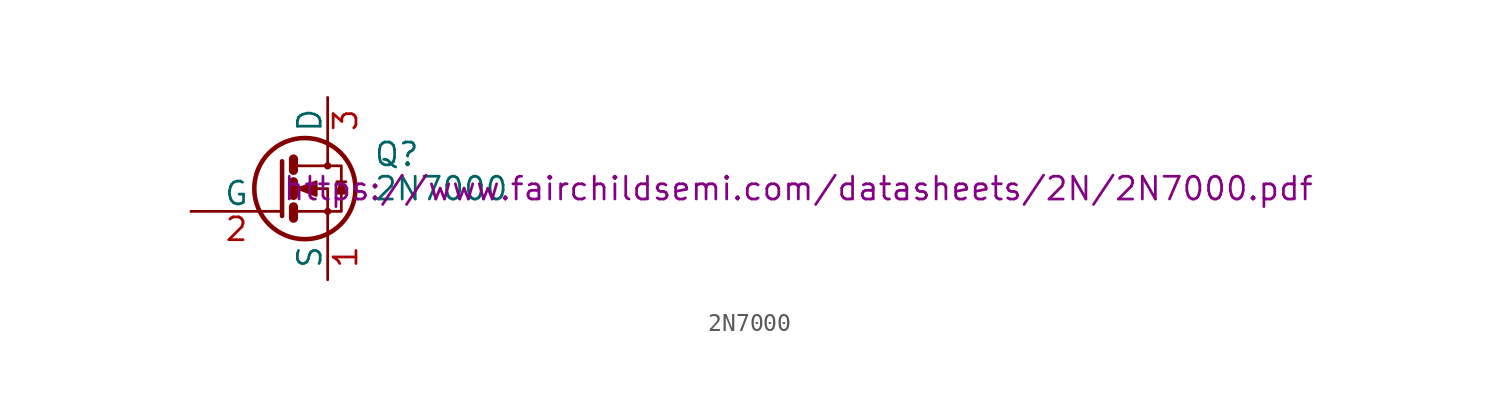
<source format=kicad_sym>
(kicad_symbol_lib
  (version 20231120)
  (generator "kicad_symbol_editor")
  (generator_version "8.0")
  (symbol "2N7000"
    (pin_names
      (offset 0))
    (property "Reference" "Q"
      (at 5.08 1.905 0)
      (effects (font (size 1.27 1.27)) (justify left)))
    (property "Value" "2N7000"
      (at 5.08 0 0)
      (effects (font (size 1.27 1.27)) (justify left)))
    (property "Datasheet" "https://www.fairchildsemi.com/datasheets/2N/2N7000.pdf"
      (at 0 0 0)
      (effects (font (size 1.27 1.27)) (justify left)))
    (symbol "2N7000_0_1"
      (polyline (pts (xy 0.635 -1.016) (xy 0.635 -1.651)) (stroke (width 0.508) (type solid)) (fill (type none)))
      (polyline (pts (xy 0.635 0.381) (xy 0.635 -0.381)) (stroke (width 0.508) (type solid)) (fill (type none)))
      (polyline (pts (xy 0.635 1.651) (xy 0.635 1.016)) (stroke (width 0.508) (type solid)) (fill (type none)))
      (polyline (pts (xy 3.048 0.381) (xy 3.556 0.381)) (stroke (width 0) (type solid)) (fill (type none)))
      (polyline (pts (xy 0 1.524) (xy 0 -1.524) (xy 0 -1.524)) (stroke (width 0.254) (type solid)) (fill (type none)))
      (polyline (pts (xy 0.762 -1.27) (xy 2.54 -1.27) (xy 2.54 -2.54) (xy 2.54 -2.54)) (stroke (width 0) (type solid)) (fill (type none)))
      (polyline (pts (xy 0.762 1.27) (xy 2.54 1.27) (xy 2.54 2.54) (xy 2.54 2.54)) (stroke (width 0) (type solid)) (fill (type none)))
      (polyline (pts (xy 2.54 1.27) (xy 3.302 1.27) (xy 3.302 -1.27) (xy 2.54 -1.27)) (stroke (width 0) (type solid)) (fill (type none)))
      (polyline (pts (xy 3.302 0.381) (xy 3.048 -0.254) (xy 3.556 -0.254) (xy 3.302 0.381)) (stroke (width 0) (type solid)) (fill (type outline)))
      (polyline (pts (xy 0.762 0) (xy 1.27 0) (xy 2.54 0) (xy 2.54 -1.27) (xy 2.54 -1.27)) (stroke (width 0) (type solid)) (fill (type none)))
      (polyline (pts (xy 0.889 0) (xy 1.905 0.381) (xy 1.905 -0.381) (xy 0.889 0) (xy 1.016 0) (xy 1.016 0)) (stroke (width 0) (type solid)) (fill (type outline)))
      (circle (center 1.27 0) (radius 2.819) (stroke (width 0.254) (type solid)) (fill (type none)))
      (circle (center 2.54 -1.27) (radius 0.127) (stroke (width 0) (type solid)) (fill (type none)))
      (circle (center 2.54 1.27) (radius 0.127) (stroke (width 0) (type solid)) (fill (type none))))
    (symbol "2N7000_1_1"
      (pin passive line (at 2.54 -5.08 90) (length 2.54) (name "S" (effects (font (size 1.27 1.27)))) (number "1" (effects (font (size 1.27 1.27)))))
      (pin input line (at -5.08 -1.27 0) (length 5.08) (name "G" (effects (font (size 1.27 1.27)))) (number "2" (effects (font (size 1.27 1.27)))))
      (pin passive line (at 2.54 5.08 270) (length 2.54) (name "D" (effects (font (size 1.27 1.27)))) (number "3" (effects (font (size 1.27 1.27))))))))
</source>
